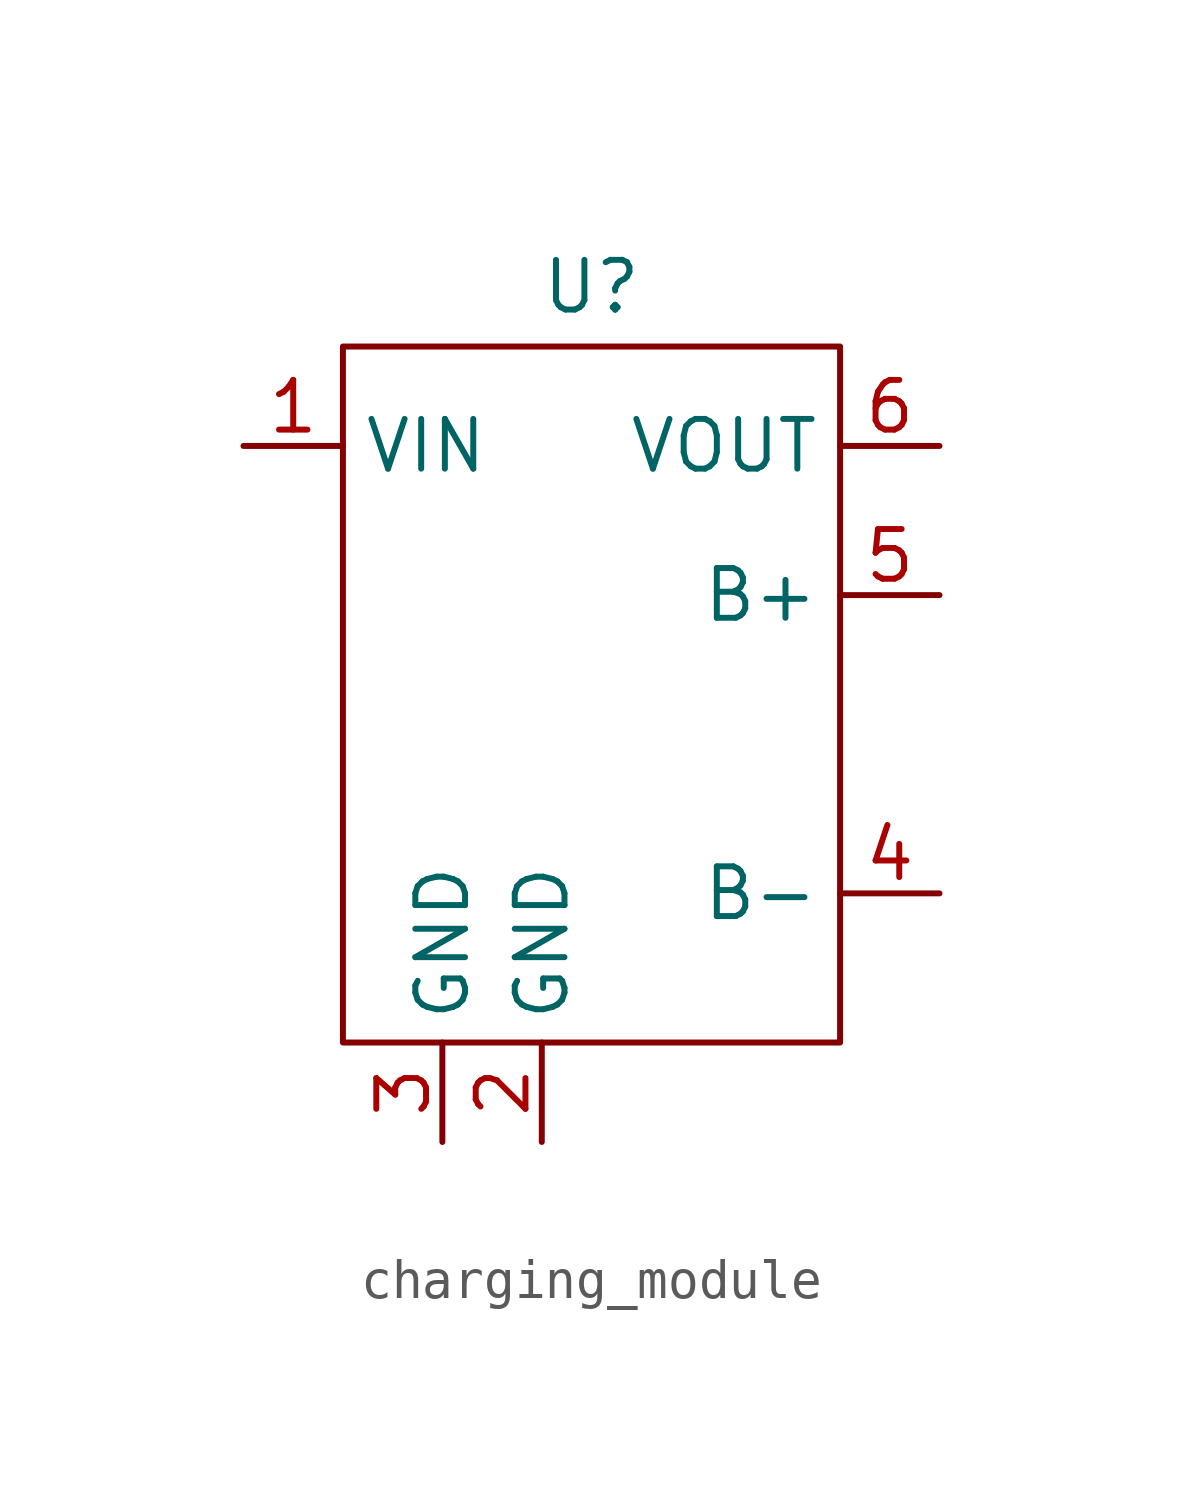
<source format=kicad_sym>
(kicad_symbol_lib
  (version 20231120)
  (generator "kicad_symbol_editor")
  (generator_version "8.0")
  (symbol "charging_module"
    (property "Reference" "U"
      (at 0 10.414 0)
      (effects (font (size 1.27 1.27))))
    (property "Value" ""
      (at 0 0 0)
      (effects (font (size 1.27 1.27))))
    (symbol "charging_module_0_1"
      (rectangle (start -6.35 8.89) (end 6.35 -8.89) (stroke (width 0) (type default)) (fill (type none))))
    (symbol "charging_module_1_1"
      (pin power_in line (at -8.89 6.35 0) (length 2.54) (name "VIN" (effects (font (size 1.27 1.27)))) (number "1" (effects (font (size 1.27 1.27)))))
      (pin power_in line (at -1.27 -11.43 90) (length 2.54) (name "GND" (effects (font (size 1.27 1.27)))) (number "2" (effects (font (size 1.27 1.27)))))
      (pin power_in line (at -3.81 -11.43 90) (length 2.54) (name "GND" (effects (font (size 1.27 1.27)))) (number "3" (effects (font (size 1.27 1.27)))))
      (pin passive line (at 8.89 -5.08 180) (length 2.54) (name "B-" (effects (font (size 1.27 1.27)))) (number "4" (effects (font (size 1.27 1.27)))))
      (pin passive line (at 8.89 2.54 180) (length 2.54) (name "B+" (effects (font (size 1.27 1.27)))) (number "5" (effects (font (size 1.27 1.27)))))
      (pin power_out line (at 8.89 6.35 180) (length 2.54) (name "VOUT" (effects (font (size 1.27 1.27)))) (number "6" (effects (font (size 1.27 1.27))))))))
</source>
